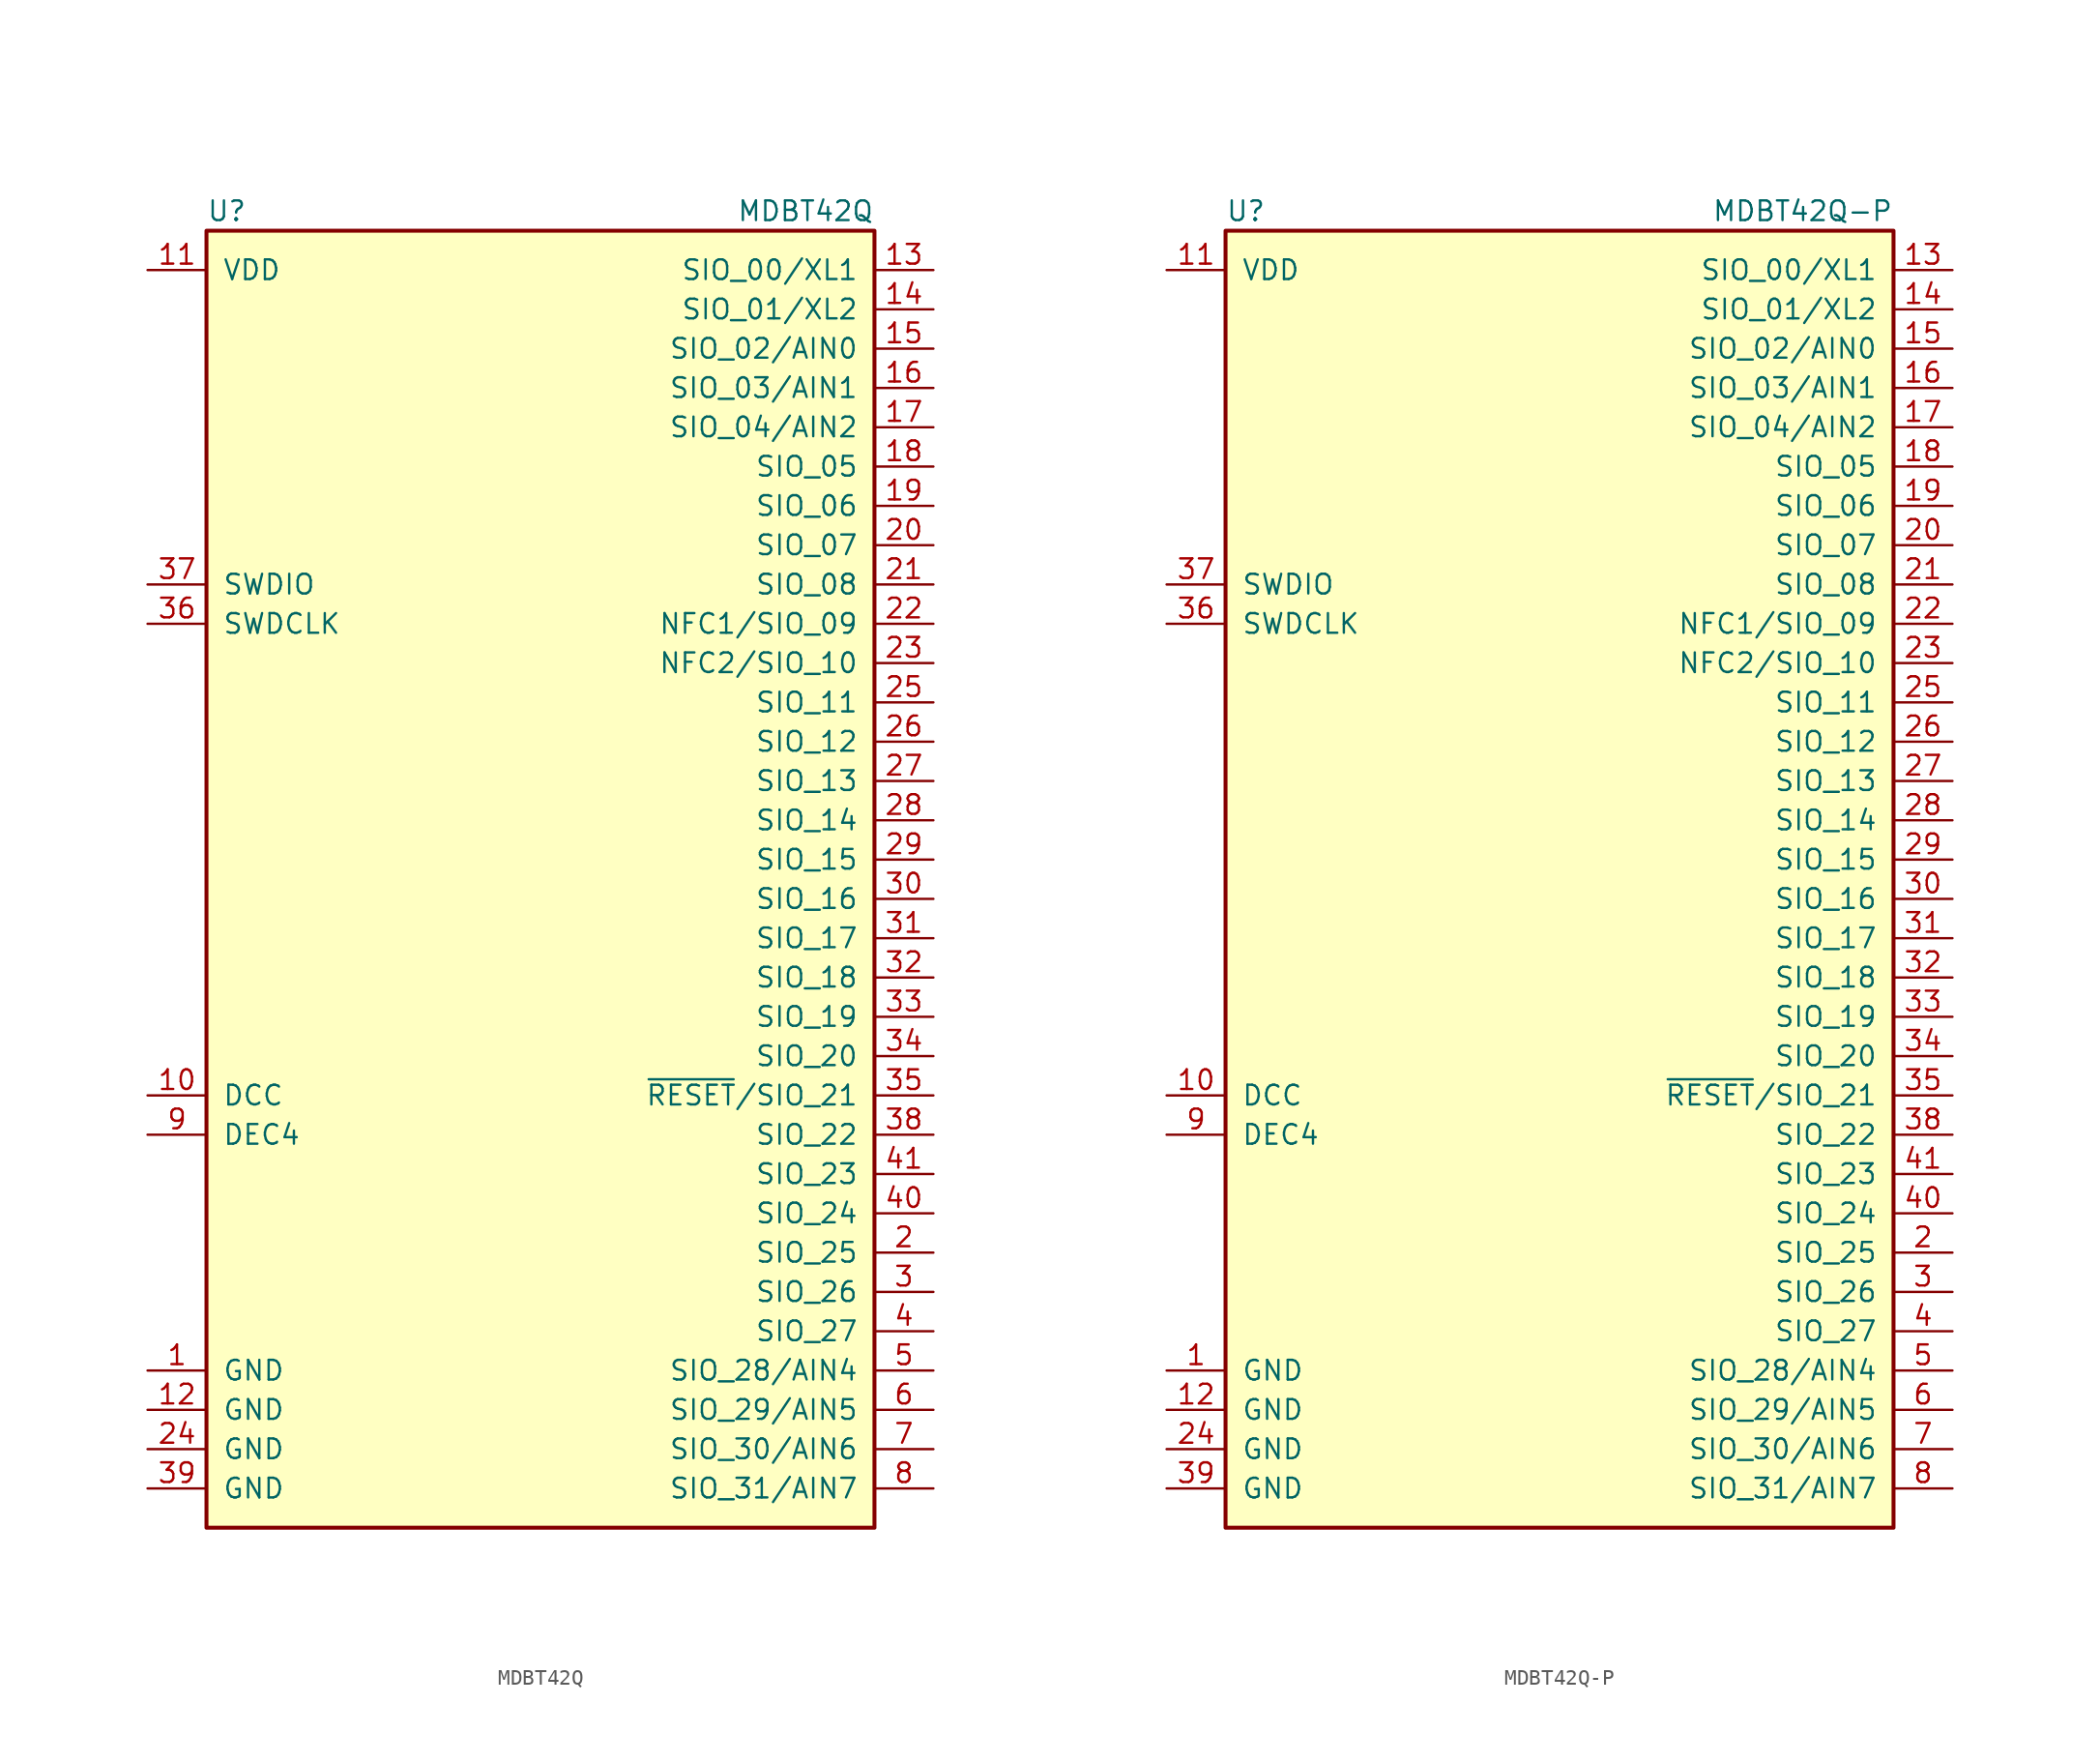
<source format=kicad_sym>
(kicad_symbol_lib
  (version 20211014)
  (generator kicad_symbol_editor)
  (symbol "MDBT42Q"
    (pin_names
      (offset 1.016))
    (property "Reference" "U"
      (at -21.59 41.91 0)
      (effects (font (size 1.27 1.27)) (justify left)))
    (property "Value" "MDBT42Q"
      (at 21.59 41.91 0)
      (effects (font (size 1.27 1.27)) (justify right)))
    (symbol "MDBT42Q_0_1"
      (rectangle (start 21.59 40.64) (end -21.59 -43.18) (stroke (width 0.254) (type default) (color 0 0 0 0)) (fill (type background))))
    (symbol "MDBT42Q_1_1"
      (pin power_in line (at -25.4 -33.02 0) (length 3.81) (name "GND" (effects (font (size 1.27 1.27)))) (number "1" (effects (font (size 1.27 1.27)))))
      (pin passive line (at -25.4 -15.24 0) (length 3.81) (name "DCC" (effects (font (size 1.27 1.27)))) (number "10" (effects (font (size 1.27 1.27)))))
      (pin power_in line (at -25.4 38.1 0) (length 3.81) (name "VDD" (effects (font (size 1.27 1.27)))) (number "11" (effects (font (size 1.27 1.27)))))
      (pin power_in line (at -25.4 -35.56 0) (length 3.81) (name "GND" (effects (font (size 1.27 1.27)))) (number "12" (effects (font (size 1.27 1.27)))))
      (pin bidirectional line (at 25.4 38.1 180) (length 3.81) (name "SIO_00/XL1" (effects (font (size 1.27 1.27)))) (number "13" (effects (font (size 1.27 1.27)))))
      (pin bidirectional line (at 25.4 35.56 180) (length 3.81) (name "SIO_01/XL2" (effects (font (size 1.27 1.27)))) (number "14" (effects (font (size 1.27 1.27)))))
      (pin bidirectional line (at 25.4 33.02 180) (length 3.81) (name "SIO_02/AIN0" (effects (font (size 1.27 1.27)))) (number "15" (effects (font (size 1.27 1.27)))))
      (pin bidirectional line (at 25.4 30.48 180) (length 3.81) (name "SIO_03/AIN1" (effects (font (size 1.27 1.27)))) (number "16" (effects (font (size 1.27 1.27)))))
      (pin bidirectional line (at 25.4 27.94 180) (length 3.81) (name "SIO_04/AIN2" (effects (font (size 1.27 1.27)))) (number "17" (effects (font (size 1.27 1.27)))))
      (pin bidirectional line (at 25.4 25.4 180) (length 3.81) (name "SIO_05" (effects (font (size 1.27 1.27)))) (number "18" (effects (font (size 1.27 1.27)))))
      (pin bidirectional line (at 25.4 22.86 180) (length 3.81) (name "SIO_06" (effects (font (size 1.27 1.27)))) (number "19" (effects (font (size 1.27 1.27)))))
      (pin bidirectional line (at 25.4 -25.4 180) (length 3.81) (name "SIO_25" (effects (font (size 1.27 1.27)))) (number "2" (effects (font (size 1.27 1.27)))))
      (pin bidirectional line (at 25.4 20.32 180) (length 3.81) (name "SIO_07" (effects (font (size 1.27 1.27)))) (number "20" (effects (font (size 1.27 1.27)))))
      (pin bidirectional line (at 25.4 17.78 180) (length 3.81) (name "SIO_08" (effects (font (size 1.27 1.27)))) (number "21" (effects (font (size 1.27 1.27)))))
      (pin bidirectional line (at 25.4 15.24 180) (length 3.81) (name "NFC1/SIO_09" (effects (font (size 1.27 1.27)))) (number "22" (effects (font (size 1.27 1.27)))))
      (pin bidirectional line (at 25.4 12.7 180) (length 3.81) (name "NFC2/SIO_10" (effects (font (size 1.27 1.27)))) (number "23" (effects (font (size 1.27 1.27)))))
      (pin power_in line (at -25.4 -38.1 0) (length 3.81) (name "GND" (effects (font (size 1.27 1.27)))) (number "24" (effects (font (size 1.27 1.27)))))
      (pin bidirectional line (at 25.4 10.16 180) (length 3.81) (name "SIO_11" (effects (font (size 1.27 1.27)))) (number "25" (effects (font (size 1.27 1.27)))))
      (pin bidirectional line (at 25.4 7.62 180) (length 3.81) (name "SIO_12" (effects (font (size 1.27 1.27)))) (number "26" (effects (font (size 1.27 1.27)))))
      (pin bidirectional line (at 25.4 5.08 180) (length 3.81) (name "SIO_13" (effects (font (size 1.27 1.27)))) (number "27" (effects (font (size 1.27 1.27)))))
      (pin bidirectional line (at 25.4 2.54 180) (length 3.81) (name "SIO_14" (effects (font (size 1.27 1.27)))) (number "28" (effects (font (size 1.27 1.27)))))
      (pin bidirectional line (at 25.4 0 180) (length 3.81) (name "SIO_15" (effects (font (size 1.27 1.27)))) (number "29" (effects (font (size 1.27 1.27)))))
      (pin bidirectional line (at 25.4 -27.94 180) (length 3.81) (name "SIO_26" (effects (font (size 1.27 1.27)))) (number "3" (effects (font (size 1.27 1.27)))))
      (pin bidirectional line (at 25.4 -2.54 180) (length 3.81) (name "SIO_16" (effects (font (size 1.27 1.27)))) (number "30" (effects (font (size 1.27 1.27)))))
      (pin bidirectional line (at 25.4 -5.08 180) (length 3.81) (name "SIO_17" (effects (font (size 1.27 1.27)))) (number "31" (effects (font (size 1.27 1.27)))))
      (pin bidirectional line (at 25.4 -7.62 180) (length 3.81) (name "SIO_18" (effects (font (size 1.27 1.27)))) (number "32" (effects (font (size 1.27 1.27)))))
      (pin bidirectional line (at 25.4 -10.16 180) (length 3.81) (name "SIO_19" (effects (font (size 1.27 1.27)))) (number "33" (effects (font (size 1.27 1.27)))))
      (pin bidirectional line (at 25.4 -12.7 180) (length 3.81) (name "SIO_20" (effects (font (size 1.27 1.27)))) (number "34" (effects (font (size 1.27 1.27)))))
      (pin bidirectional line (at 25.4 -15.24 180) (length 3.81) (name "~{RESET}/SIO_21" (effects (font (size 1.27 1.27)))) (number "35" (effects (font (size 1.27 1.27)))))
      (pin input line (at -25.4 15.24 0) (length 3.81) (name "SWDCLK" (effects (font (size 1.27 1.27)))) (number "36" (effects (font (size 1.27 1.27)))))
      (pin bidirectional line (at -25.4 17.78 0) (length 3.81) (name "SWDIO" (effects (font (size 1.27 1.27)))) (number "37" (effects (font (size 1.27 1.27)))))
      (pin bidirectional line (at 25.4 -17.78 180) (length 3.81) (name "SIO_22" (effects (font (size 1.27 1.27)))) (number "38" (effects (font (size 1.27 1.27)))))
      (pin power_in line (at -25.4 -40.64 0) (length 3.81) (name "GND" (effects (font (size 1.27 1.27)))) (number "39" (effects (font (size 1.27 1.27)))))
      (pin bidirectional line (at 25.4 -30.48 180) (length 3.81) (name "SIO_27" (effects (font (size 1.27 1.27)))) (number "4" (effects (font (size 1.27 1.27)))))
      (pin bidirectional line (at 25.4 -22.86 180) (length 3.81) (name "SIO_24" (effects (font (size 1.27 1.27)))) (number "40" (effects (font (size 1.27 1.27)))))
      (pin bidirectional line (at 25.4 -20.32 180) (length 3.81) (name "SIO_23" (effects (font (size 1.27 1.27)))) (number "41" (effects (font (size 1.27 1.27)))))
      (pin bidirectional line (at 25.4 -33.02 180) (length 3.81) (name "SIO_28/AIN4" (effects (font (size 1.27 1.27)))) (number "5" (effects (font (size 1.27 1.27)))))
      (pin bidirectional line (at 25.4 -35.56 180) (length 3.81) (name "SIO_29/AIN5" (effects (font (size 1.27 1.27)))) (number "6" (effects (font (size 1.27 1.27)))))
      (pin bidirectional line (at 25.4 -38.1 180) (length 3.81) (name "SIO_30/AIN6" (effects (font (size 1.27 1.27)))) (number "7" (effects (font (size 1.27 1.27)))))
      (pin bidirectional line (at 25.4 -40.64 180) (length 3.81) (name "SIO_31/AIN7" (effects (font (size 1.27 1.27)))) (number "8" (effects (font (size 1.27 1.27)))))
      (pin passive line (at -25.4 -17.78 0) (length 3.81) (name "DEC4" (effects (font (size 1.27 1.27)))) (number "9" (effects (font (size 1.27 1.27)))))))
  (symbol "MDBT42Q-P"
    (pin_names
      (offset 1.016))
    (property "Reference" "U"
      (at -21.59 41.91 0)
      (effects (font (size 1.27 1.27)) (justify left)))
    (property "Value" "MDBT42Q-P"
      (at 21.59 41.91 0)
      (effects (font (size 1.27 1.27)) (justify right)))
    (symbol "MDBT42Q-P_0_1"
      (rectangle (start 21.59 40.64) (end -21.59 -43.18) (stroke (width 0.254) (type default) (color 0 0 0 0)) (fill (type background))))
    (symbol "MDBT42Q-P_1_1"
      (pin power_in line (at -25.4 -33.02 0) (length 3.81) (name "GND" (effects (font (size 1.27 1.27)))) (number "1" (effects (font (size 1.27 1.27)))))
      (pin passive line (at -25.4 -15.24 0) (length 3.81) (name "DCC" (effects (font (size 1.27 1.27)))) (number "10" (effects (font (size 1.27 1.27)))))
      (pin power_in line (at -25.4 38.1 0) (length 3.81) (name "VDD" (effects (font (size 1.27 1.27)))) (number "11" (effects (font (size 1.27 1.27)))))
      (pin power_in line (at -25.4 -35.56 0) (length 3.81) (name "GND" (effects (font (size 1.27 1.27)))) (number "12" (effects (font (size 1.27 1.27)))))
      (pin bidirectional line (at 25.4 38.1 180) (length 3.81) (name "SIO_00/XL1" (effects (font (size 1.27 1.27)))) (number "13" (effects (font (size 1.27 1.27)))))
      (pin bidirectional line (at 25.4 35.56 180) (length 3.81) (name "SIO_01/XL2" (effects (font (size 1.27 1.27)))) (number "14" (effects (font (size 1.27 1.27)))))
      (pin bidirectional line (at 25.4 33.02 180) (length 3.81) (name "SIO_02/AIN0" (effects (font (size 1.27 1.27)))) (number "15" (effects (font (size 1.27 1.27)))))
      (pin bidirectional line (at 25.4 30.48 180) (length 3.81) (name "SIO_03/AIN1" (effects (font (size 1.27 1.27)))) (number "16" (effects (font (size 1.27 1.27)))))
      (pin bidirectional line (at 25.4 27.94 180) (length 3.81) (name "SIO_04/AIN2" (effects (font (size 1.27 1.27)))) (number "17" (effects (font (size 1.27 1.27)))))
      (pin bidirectional line (at 25.4 25.4 180) (length 3.81) (name "SIO_05" (effects (font (size 1.27 1.27)))) (number "18" (effects (font (size 1.27 1.27)))))
      (pin bidirectional line (at 25.4 22.86 180) (length 3.81) (name "SIO_06" (effects (font (size 1.27 1.27)))) (number "19" (effects (font (size 1.27 1.27)))))
      (pin bidirectional line (at 25.4 -25.4 180) (length 3.81) (name "SIO_25" (effects (font (size 1.27 1.27)))) (number "2" (effects (font (size 1.27 1.27)))))
      (pin bidirectional line (at 25.4 20.32 180) (length 3.81) (name "SIO_07" (effects (font (size 1.27 1.27)))) (number "20" (effects (font (size 1.27 1.27)))))
      (pin bidirectional line (at 25.4 17.78 180) (length 3.81) (name "SIO_08" (effects (font (size 1.27 1.27)))) (number "21" (effects (font (size 1.27 1.27)))))
      (pin bidirectional line (at 25.4 15.24 180) (length 3.81) (name "NFC1/SIO_09" (effects (font (size 1.27 1.27)))) (number "22" (effects (font (size 1.27 1.27)))))
      (pin bidirectional line (at 25.4 12.7 180) (length 3.81) (name "NFC2/SIO_10" (effects (font (size 1.27 1.27)))) (number "23" (effects (font (size 1.27 1.27)))))
      (pin power_in line (at -25.4 -38.1 0) (length 3.81) (name "GND" (effects (font (size 1.27 1.27)))) (number "24" (effects (font (size 1.27 1.27)))))
      (pin bidirectional line (at 25.4 10.16 180) (length 3.81) (name "SIO_11" (effects (font (size 1.27 1.27)))) (number "25" (effects (font (size 1.27 1.27)))))
      (pin bidirectional line (at 25.4 7.62 180) (length 3.81) (name "SIO_12" (effects (font (size 1.27 1.27)))) (number "26" (effects (font (size 1.27 1.27)))))
      (pin bidirectional line (at 25.4 5.08 180) (length 3.81) (name "SIO_13" (effects (font (size 1.27 1.27)))) (number "27" (effects (font (size 1.27 1.27)))))
      (pin bidirectional line (at 25.4 2.54 180) (length 3.81) (name "SIO_14" (effects (font (size 1.27 1.27)))) (number "28" (effects (font (size 1.27 1.27)))))
      (pin bidirectional line (at 25.4 0 180) (length 3.81) (name "SIO_15" (effects (font (size 1.27 1.27)))) (number "29" (effects (font (size 1.27 1.27)))))
      (pin bidirectional line (at 25.4 -27.94 180) (length 3.81) (name "SIO_26" (effects (font (size 1.27 1.27)))) (number "3" (effects (font (size 1.27 1.27)))))
      (pin bidirectional line (at 25.4 -2.54 180) (length 3.81) (name "SIO_16" (effects (font (size 1.27 1.27)))) (number "30" (effects (font (size 1.27 1.27)))))
      (pin bidirectional line (at 25.4 -5.08 180) (length 3.81) (name "SIO_17" (effects (font (size 1.27 1.27)))) (number "31" (effects (font (size 1.27 1.27)))))
      (pin bidirectional line (at 25.4 -7.62 180) (length 3.81) (name "SIO_18" (effects (font (size 1.27 1.27)))) (number "32" (effects (font (size 1.27 1.27)))))
      (pin bidirectional line (at 25.4 -10.16 180) (length 3.81) (name "SIO_19" (effects (font (size 1.27 1.27)))) (number "33" (effects (font (size 1.27 1.27)))))
      (pin bidirectional line (at 25.4 -12.7 180) (length 3.81) (name "SIO_20" (effects (font (size 1.27 1.27)))) (number "34" (effects (font (size 1.27 1.27)))))
      (pin bidirectional line (at 25.4 -15.24 180) (length 3.81) (name "~{RESET}/SIO_21" (effects (font (size 1.27 1.27)))) (number "35" (effects (font (size 1.27 1.27)))))
      (pin input line (at -25.4 15.24 0) (length 3.81) (name "SWDCLK" (effects (font (size 1.27 1.27)))) (number "36" (effects (font (size 1.27 1.27)))))
      (pin bidirectional line (at -25.4 17.78 0) (length 3.81) (name "SWDIO" (effects (font (size 1.27 1.27)))) (number "37" (effects (font (size 1.27 1.27)))))
      (pin bidirectional line (at 25.4 -17.78 180) (length 3.81) (name "SIO_22" (effects (font (size 1.27 1.27)))) (number "38" (effects (font (size 1.27 1.27)))))
      (pin power_in line (at -25.4 -40.64 0) (length 3.81) (name "GND" (effects (font (size 1.27 1.27)))) (number "39" (effects (font (size 1.27 1.27)))))
      (pin bidirectional line (at 25.4 -30.48 180) (length 3.81) (name "SIO_27" (effects (font (size 1.27 1.27)))) (number "4" (effects (font (size 1.27 1.27)))))
      (pin bidirectional line (at 25.4 -22.86 180) (length 3.81) (name "SIO_24" (effects (font (size 1.27 1.27)))) (number "40" (effects (font (size 1.27 1.27)))))
      (pin bidirectional line (at 25.4 -20.32 180) (length 3.81) (name "SIO_23" (effects (font (size 1.27 1.27)))) (number "41" (effects (font (size 1.27 1.27)))))
      (pin bidirectional line (at 25.4 -33.02 180) (length 3.81) (name "SIO_28/AIN4" (effects (font (size 1.27 1.27)))) (number "5" (effects (font (size 1.27 1.27)))))
      (pin bidirectional line (at 25.4 -35.56 180) (length 3.81) (name "SIO_29/AIN5" (effects (font (size 1.27 1.27)))) (number "6" (effects (font (size 1.27 1.27)))))
      (pin bidirectional line (at 25.4 -38.1 180) (length 3.81) (name "SIO_30/AIN6" (effects (font (size 1.27 1.27)))) (number "7" (effects (font (size 1.27 1.27)))))
      (pin bidirectional line (at 25.4 -40.64 180) (length 3.81) (name "SIO_31/AIN7" (effects (font (size 1.27 1.27)))) (number "8" (effects (font (size 1.27 1.27)))))
      (pin passive line (at -25.4 -17.78 0) (length 3.81) (name "DEC4" (effects (font (size 1.27 1.27)))) (number "9" (effects (font (size 1.27 1.27))))))))
</source>
